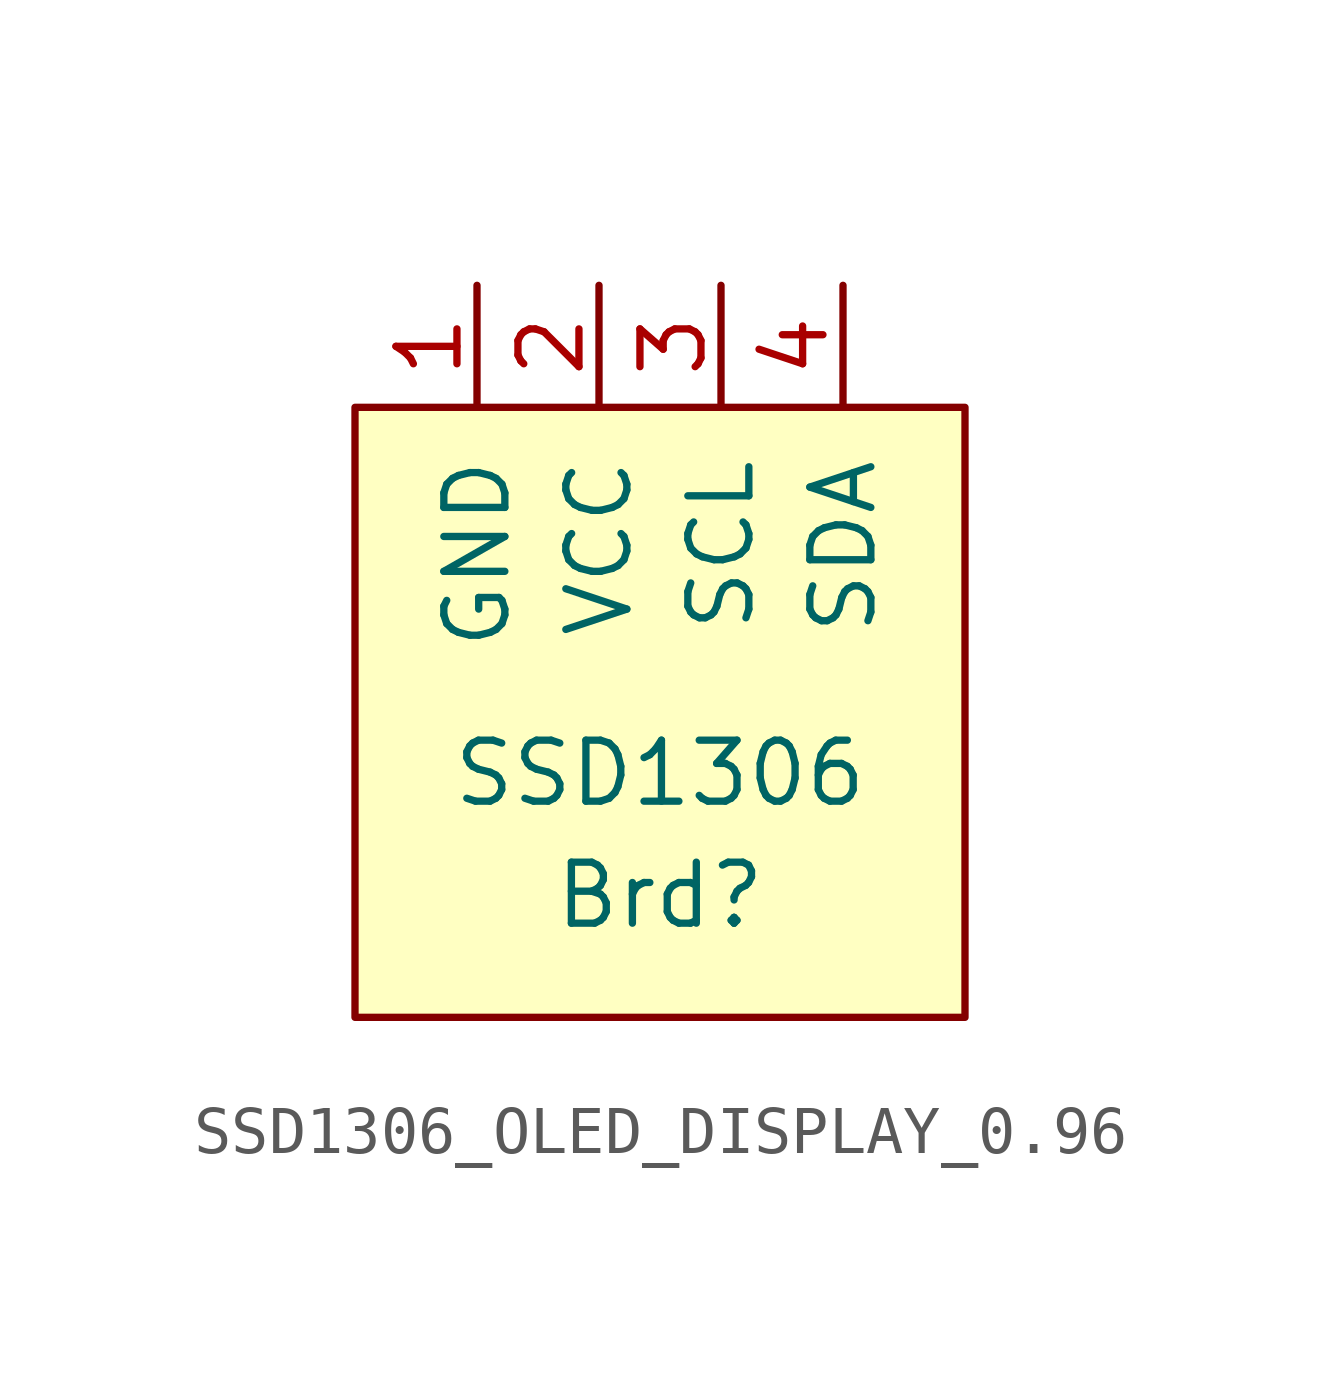
<source format=kicad_sym>
(kicad_symbol_lib
  (version 20220914)
  (generator kicad_symbol_editor)
  (symbol "SSD1306_OLED_DISPLAY_0.96"
    (pin_names
      (offset 1.016))
    (property "Reference" "Brd"
      (at 0 -3.81 0)
      (effects (font (size 1.27 1.27))))
    (property "Value" "SSD1306"
      (at 0 -1.27 0)
      (effects (font (size 1.27 1.27))))
    (symbol "SSD1306_OLED_DISPLAY_0.96_0_1"
      (rectangle (start -6.35 6.35) (end 6.35 -6.35) (stroke (width 0) (type solid)) (fill (type background))))
    (symbol "SSD1306_OLED_DISPLAY_0.96_1_1"
      (pin input line (at -3.81 8.89 270) (length 2.54) (name "GND" (effects (font (size 1.27 1.27)))) (number "1" (effects (font (size 1.27 1.27)))))
      (pin input line (at -1.27 8.89 270) (length 2.54) (name "VCC" (effects (font (size 1.27 1.27)))) (number "2" (effects (font (size 1.27 1.27)))))
      (pin input line (at 1.27 8.89 270) (length 2.54) (name "SCL" (effects (font (size 1.27 1.27)))) (number "3" (effects (font (size 1.27 1.27)))))
      (pin input line (at 3.81 8.89 270) (length 2.54) (name "SDA" (effects (font (size 1.27 1.27)))) (number "4" (effects (font (size 1.27 1.27))))))))
</source>
